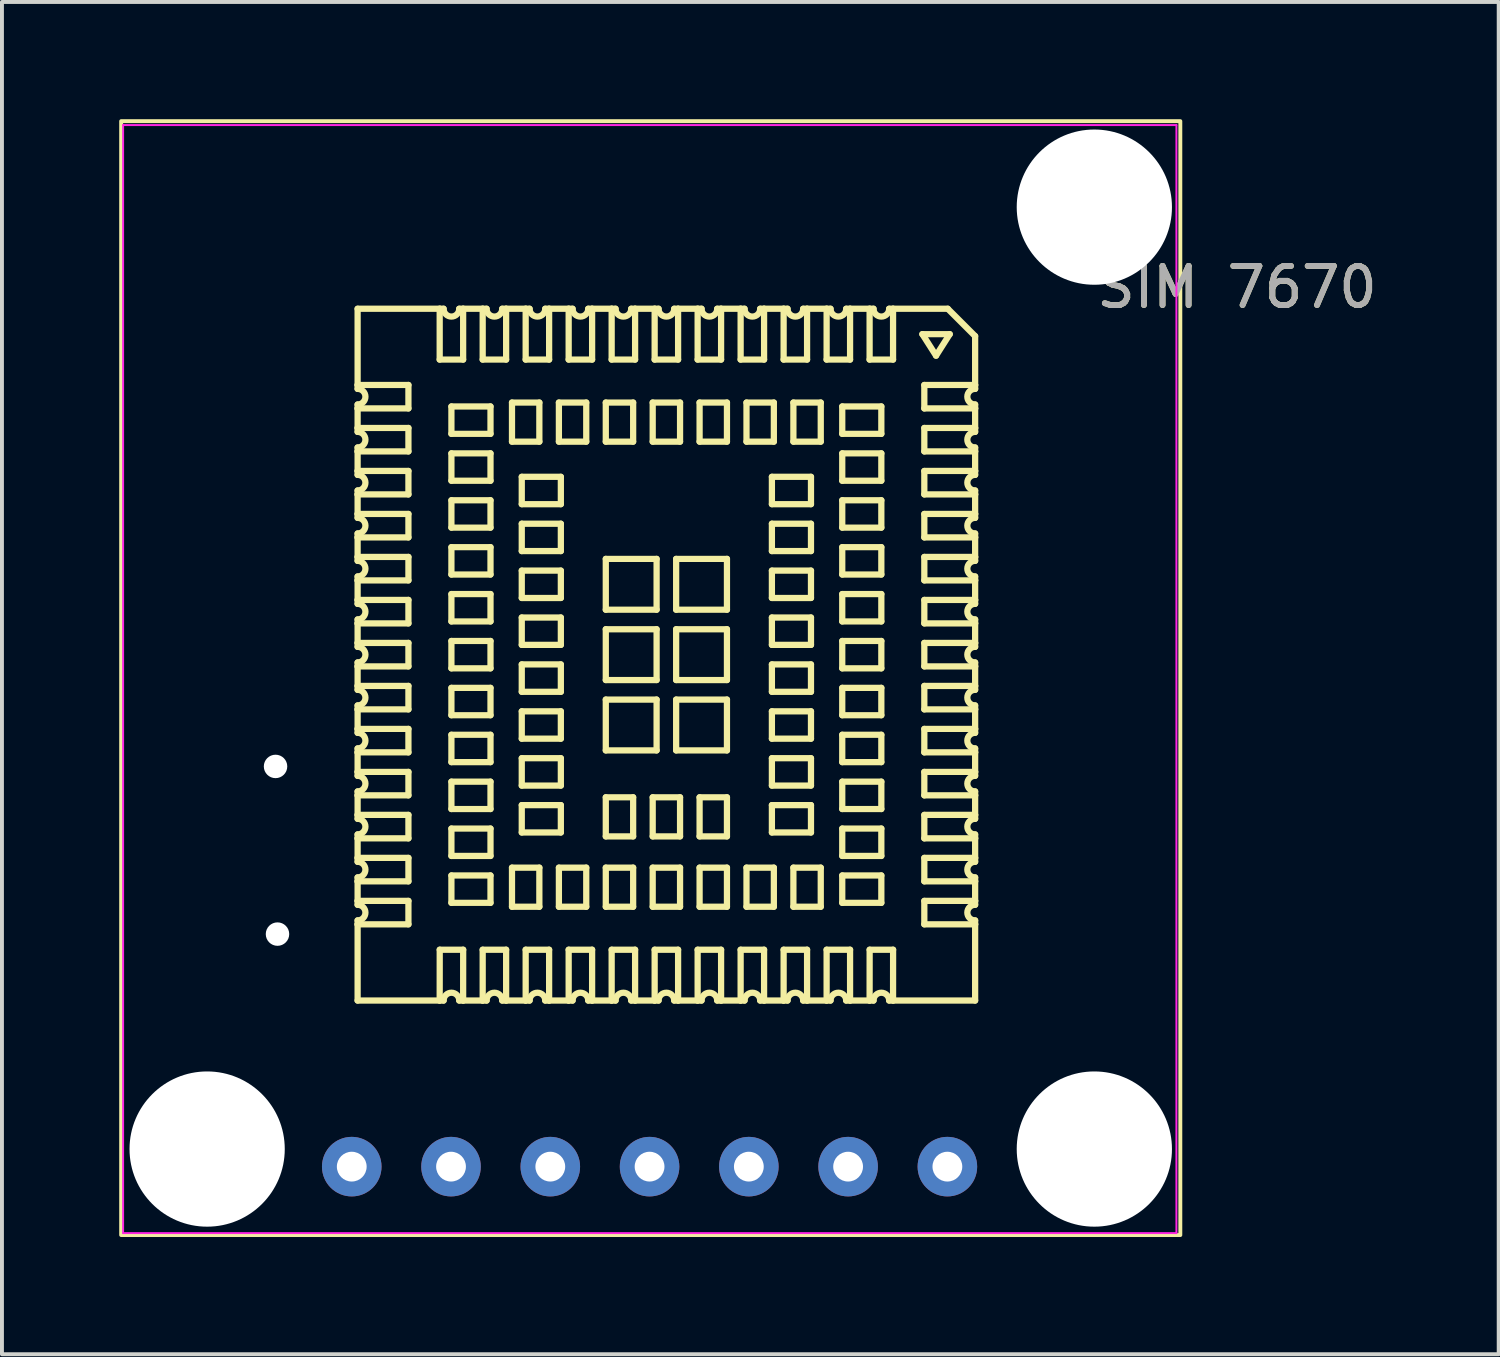
<source format=kicad_pcb>
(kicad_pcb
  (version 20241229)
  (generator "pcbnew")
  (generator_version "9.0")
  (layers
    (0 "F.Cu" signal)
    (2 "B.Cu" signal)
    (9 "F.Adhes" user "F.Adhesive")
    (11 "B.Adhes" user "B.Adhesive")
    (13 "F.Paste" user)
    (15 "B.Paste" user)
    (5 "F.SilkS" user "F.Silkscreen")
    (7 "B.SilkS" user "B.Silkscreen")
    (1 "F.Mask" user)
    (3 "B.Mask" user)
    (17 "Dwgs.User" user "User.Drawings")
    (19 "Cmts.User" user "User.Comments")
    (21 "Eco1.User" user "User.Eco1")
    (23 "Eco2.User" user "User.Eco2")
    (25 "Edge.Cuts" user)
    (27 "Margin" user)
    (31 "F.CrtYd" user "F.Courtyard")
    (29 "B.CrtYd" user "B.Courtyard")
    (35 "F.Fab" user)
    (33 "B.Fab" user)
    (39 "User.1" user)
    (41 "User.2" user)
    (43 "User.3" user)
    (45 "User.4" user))
  (footprint "SIM 7670"
    (layer "F.Cu")
    (at 2.15 26.45)
    (property "Reference" "SIM 7670" (at 26.45 -22.15 0) (layer "F.SilkS") (effects (font (size 1 1) (thickness 0.15))))
    (attr smd)
    (fp_line (start 3.95 -21.6) (end 6.05 -21.6) (stroke (width 0.16) (type solid)) (layer "F.SilkS"))
    (fp_line (start 3.95 -19.65) (end 3.95 -21.6) (stroke (width 0.16) (type solid)) (layer "F.SilkS"))
    (fp_line (start 3.95 -19.65) (end 5.25 -19.65) (stroke (width 0.16) (type solid)) (layer "F.SilkS"))
    (fp_line (start 3.95 -19.55) (end 3.95 -19.65) (stroke (width 0.16) (type solid)) (layer "F.SilkS"))
    (fp_line (start 3.95 -19.05) (end 3.95 -19.15) (stroke (width 0.16) (type solid)) (layer "F.SilkS"))
    (fp_line (start 3.95 -19.05) (end 5.25 -19.05) (stroke (width 0.16) (type solid)) (layer "F.SilkS"))
    (fp_line (start 3.95 -18.55) (end 3.95 -19.05) (stroke (width 0.16) (type solid)) (layer "F.SilkS"))
    (fp_line (start 3.95 -18.55) (end 5.25 -18.55) (stroke (width 0.16) (type solid)) (layer "F.SilkS"))
    (fp_line (start 3.95 -18.45) (end 3.95 -18.55) (stroke (width 0.16) (type solid)) (layer "F.SilkS"))
    (fp_line (start 3.95 -17.95) (end 3.95 -18.05) (stroke (width 0.16) (type solid)) (layer "F.SilkS"))
    (fp_line (start 3.95 -17.95) (end 5.25 -17.95) (stroke (width 0.16) (type solid)) (layer "F.SilkS"))
    (fp_line (start 3.95 -17.45) (end 3.95 -17.95) (stroke (width 0.16) (type solid)) (layer "F.SilkS"))
    (fp_line (start 3.95 -17.45) (end 5.25 -17.45) (stroke (width 0.16) (type solid)) (layer "F.SilkS"))
    (fp_line (start 3.95 -17.35) (end 3.95 -17.45) (stroke (width 0.16) (type solid)) (layer "F.SilkS"))
    (fp_line (start 3.95 -16.85) (end 3.95 -16.95) (stroke (width 0.16) (type solid)) (layer "F.SilkS"))
    (fp_line (start 3.95 -16.85) (end 5.25 -16.85) (stroke (width 0.16) (type solid)) (layer "F.SilkS"))
    (fp_line (start 3.95 -16.35) (end 3.95 -16.85) (stroke (width 0.16) (type solid)) (layer "F.SilkS"))
    (fp_line (start 3.95 -16.35) (end 5.25 -16.35) (stroke (width 0.16) (type solid)) (layer "F.SilkS"))
    (fp_line (start 3.95 -16.25) (end 3.95 -16.35) (stroke (width 0.16) (type solid)) (layer "F.SilkS"))
    (fp_line (start 3.95 -15.75) (end 3.95 -15.85) (stroke (width 0.16) (type solid)) (layer "F.SilkS"))
    (fp_line (start 3.95 -15.75) (end 5.25 -15.75) (stroke (width 0.16) (type solid)) (layer "F.SilkS"))
    (fp_line (start 3.95 -15.25) (end 3.95 -15.75) (stroke (width 0.16) (type solid)) (layer "F.SilkS"))
    (fp_line (start 3.95 -15.25) (end 5.25 -15.25) (stroke (width 0.16) (type solid)) (layer "F.SilkS"))
    (fp_line (start 3.95 -15.15) (end 3.95 -15.25) (stroke (width 0.16) (type solid)) (layer "F.SilkS"))
    (fp_line (start 3.95 -14.65) (end 3.95 -14.75) (stroke (width 0.16) (type solid)) (layer "F.SilkS"))
    (fp_line (start 3.95 -14.65) (end 5.25 -14.65) (stroke (width 0.16) (type solid)) (layer "F.SilkS"))
    (fp_line (start 3.95 -14.15) (end 3.95 -14.65) (stroke (width 0.16) (type solid)) (layer "F.SilkS"))
    (fp_line (start 3.95 -14.15) (end 5.25 -14.15) (stroke (width 0.16) (type solid)) (layer "F.SilkS"))
    (fp_line (start 3.95 -14.05) (end 3.95 -14.15) (stroke (width 0.16) (type solid)) (layer "F.SilkS"))
    (fp_line (start 3.95 -13.55) (end 3.95 -13.65) (stroke (width 0.16) (type solid)) (layer "F.SilkS"))
    (fp_line (start 3.95 -13.55) (end 5.25 -13.55) (stroke (width 0.16) (type solid)) (layer "F.SilkS"))
    (fp_line (start 3.95 -13.05) (end 3.95 -13.55) (stroke (width 0.16) (type solid)) (layer "F.SilkS"))
    (fp_line (start 3.95 -13.05) (end 5.25 -13.05) (stroke (width 0.16) (type solid)) (layer "F.SilkS"))
    (fp_line (start 3.95 -12.95) (end 3.95 -13.05) (stroke (width 0.16) (type solid)) (layer "F.SilkS"))
    (fp_line (start 3.95 -12.45) (end 3.95 -12.55) (stroke (width 0.16) (type solid)) (layer "F.SilkS"))
    (fp_line (start 3.95 -12.45) (end 5.25 -12.45) (stroke (width 0.16) (type solid)) (layer "F.SilkS"))
    (fp_line (start 3.95 -11.95) (end 3.95 -12.45) (stroke (width 0.16) (type solid)) (layer "F.SilkS"))
    (fp_line (start 3.95 -11.95) (end 5.25 -11.95) (stroke (width 0.16) (type solid)) (layer "F.SilkS"))
    (fp_line (start 3.95 -11.85) (end 3.95 -11.95) (stroke (width 0.16) (type solid)) (layer "F.SilkS"))
    (fp_line (start 3.95 -11.35) (end 3.95 -11.45) (stroke (width 0.16) (type solid)) (layer "F.SilkS"))
    (fp_line (start 3.95 -11.35) (end 5.25 -11.35) (stroke (width 0.16) (type solid)) (layer "F.SilkS"))
    (fp_line (start 3.95 -10.85) (end 3.95 -11.35) (stroke (width 0.16) (type solid)) (layer "F.SilkS"))
    (fp_line (start 3.95 -10.85) (end 5.25 -10.85) (stroke (width 0.16) (type solid)) (layer "F.SilkS"))
    (fp_line (start 3.95 -10.75) (end 3.95 -10.85) (stroke (width 0.16) (type solid)) (layer "F.SilkS"))
    (fp_line (start 3.95 -10.25) (end 3.95 -10.35) (stroke (width 0.16) (type solid)) (layer "F.SilkS"))
    (fp_line (start 3.95 -10.25) (end 5.25 -10.25) (stroke (width 0.16) (type solid)) (layer "F.SilkS"))
    (fp_line (start 3.95 -9.75) (end 3.95 -10.25) (stroke (width 0.16) (type solid)) (layer "F.SilkS"))
    (fp_line (start 3.95 -9.75) (end 5.25 -9.75) (stroke (width 0.16) (type solid)) (layer "F.SilkS"))
    (fp_line (start 3.95 -9.65) (end 3.95 -9.75) (stroke (width 0.16) (type solid)) (layer "F.SilkS"))
    (fp_line (start 3.95 -9.15) (end 3.95 -9.25) (stroke (width 0.16) (type solid)) (layer "F.SilkS"))
    (fp_line (start 3.95 -9.15) (end 5.25 -9.15) (stroke (width 0.16) (type solid)) (layer "F.SilkS"))
    (fp_line (start 3.95 -8.65) (end 3.95 -9.15) (stroke (width 0.16) (type solid)) (layer "F.SilkS"))
    (fp_line (start 3.95 -8.65) (end 5.25 -8.65) (stroke (width 0.16) (type solid)) (layer "F.SilkS"))
    (fp_line (start 3.95 -8.55) (end 3.95 -8.65) (stroke (width 0.16) (type solid)) (layer "F.SilkS"))
    (fp_line (start 3.95 -8.05) (end 3.95 -8.15) (stroke (width 0.16) (type solid)) (layer "F.SilkS"))
    (fp_line (start 3.95 -8.05) (end 5.25 -8.05) (stroke (width 0.16) (type solid)) (layer "F.SilkS"))
    (fp_line (start 3.95 -7.55) (end 3.95 -8.05) (stroke (width 0.16) (type solid)) (layer "F.SilkS"))
    (fp_line (start 3.95 -7.55) (end 5.25 -7.55) (stroke (width 0.16) (type solid)) (layer "F.SilkS"))
    (fp_line (start 3.95 -7.45) (end 3.95 -7.55) (stroke (width 0.16) (type solid)) (layer "F.SilkS"))
    (fp_line (start 3.95 -6.95) (end 3.95 -7.05) (stroke (width 0.16) (type solid)) (layer "F.SilkS"))
    (fp_line (start 3.95 -6.95) (end 5.25 -6.95) (stroke (width 0.16) (type solid)) (layer "F.SilkS"))
    (fp_line (start 3.95 -6.45) (end 3.95 -6.95) (stroke (width 0.16) (type solid)) (layer "F.SilkS"))
    (fp_line (start 3.95 -6.45) (end 5.25 -6.45) (stroke (width 0.16) (type solid)) (layer "F.SilkS"))
    (fp_line (start 3.95 -6.35) (end 3.95 -6.45) (stroke (width 0.16) (type solid)) (layer "F.SilkS"))
    (fp_line (start 3.95 -5.85) (end 3.95 -5.95) (stroke (width 0.16) (type solid)) (layer "F.SilkS"))
    (fp_line (start 3.95 -5.85) (end 5.25 -5.85) (stroke (width 0.16) (type solid)) (layer "F.SilkS"))
    (fp_line (start 3.95 -3.9) (end 3.95 -5.85) (stroke (width 0.16) (type solid)) (layer "F.SilkS"))
    (fp_line (start 5.25 -19.05) (end 5.25 -19.65) (stroke (width 0.16) (type solid)) (layer "F.SilkS"))
    (fp_line (start 5.25 -17.95) (end 5.25 -18.55) (stroke (width 0.16) (type solid)) (layer "F.SilkS"))
    (fp_line (start 5.25 -16.85) (end 5.25 -17.45) (stroke (width 0.16) (type solid)) (layer "F.SilkS"))
    (fp_line (start 5.25 -15.75) (end 5.25 -16.35) (stroke (width 0.16) (type solid)) (layer "F.SilkS"))
    (fp_line (start 5.25 -14.65) (end 5.25 -15.25) (stroke (width 0.16) (type solid)) (layer "F.SilkS"))
    (fp_line (start 5.25 -13.55) (end 5.25 -14.15) (stroke (width 0.16) (type solid)) (layer "F.SilkS"))
    (fp_line (start 5.25 -12.45) (end 5.25 -13.05) (stroke (width 0.16) (type solid)) (layer "F.SilkS"))
    (fp_line (start 5.25 -11.35) (end 5.25 -11.95) (stroke (width 0.16) (type solid)) (layer "F.SilkS"))
    (fp_line (start 5.25 -10.25) (end 5.25 -10.85) (stroke (width 0.16) (type solid)) (layer "F.SilkS"))
    (fp_line (start 5.25 -9.15) (end 5.25 -9.75) (stroke (width 0.16) (type solid)) (layer "F.SilkS"))
    (fp_line (start 5.25 -8.05) (end 5.25 -8.65) (stroke (width 0.16) (type solid)) (layer "F.SilkS"))
    (fp_line (start 5.25 -6.95) (end 5.25 -7.55) (stroke (width 0.16) (type solid)) (layer "F.SilkS"))
    (fp_line (start 5.25 -5.85) (end 5.25 -6.45) (stroke (width 0.16) (type solid)) (layer "F.SilkS"))
    (fp_line (start 6.05 -3.9) (end 3.95 -3.9) (stroke (width 0.16) (type solid)) (layer "F.SilkS"))
    (fp_line (start 6.05 -3.9) (end 6.051 -5.2) (stroke (width 0.16) (type solid)) (layer "F.SilkS"))
    (fp_line (start 6.05 -21.6) (end 6.15 -21.6) (stroke (width 0.16) (type solid)) (layer "F.SilkS"))
    (fp_line (start 6.05 -20.3) (end 6.05 -21.6) (stroke (width 0.16) (type solid)) (layer "F.SilkS"))
    (fp_line (start 6.05 -20.3) (end 6.65 -20.3) (stroke (width 0.16) (type solid)) (layer "F.SilkS"))
    (fp_line (start 6.15 -3.9) (end 6.05 -3.9) (stroke (width 0.16) (type solid)) (layer "F.SilkS"))
    (fp_line (start 6.35 -19.1) (end 6.35 -18.4) (stroke (width 0.16) (type solid)) (layer "F.SilkS"))
    (fp_line (start 6.35 -18.4) (end 7.35 -18.4) (stroke (width 0.16) (type solid)) (layer "F.SilkS"))
    (fp_line (start 6.35 -17.9) (end 6.35 -17.2) (stroke (width 0.16) (type solid)) (layer "F.SilkS"))
    (fp_line (start 6.35 -17.2) (end 7.35 -17.2) (stroke (width 0.16) (type solid)) (layer "F.SilkS"))
    (fp_line (start 6.35 -16.7) (end 6.35 -16) (stroke (width 0.16) (type solid)) (layer "F.SilkS"))
    (fp_line (start 6.35 -16) (end 7.35 -16) (stroke (width 0.16) (type solid)) (layer "F.SilkS"))
    (fp_line (start 6.35 -15.5) (end 6.35 -14.8) (stroke (width 0.16) (type solid)) (layer "F.SilkS"))
    (fp_line (start 6.35 -14.8) (end 7.35 -14.8) (stroke (width 0.16) (type solid)) (layer "F.SilkS"))
    (fp_line (start 6.35 -14.3) (end 6.35 -13.6) (stroke (width 0.16) (type solid)) (layer "F.SilkS"))
    (fp_line (start 6.35 -13.6) (end 7.35 -13.6) (stroke (width 0.16) (type solid)) (layer "F.SilkS"))
    (fp_line (start 6.35 -13.1) (end 6.35 -12.4) (stroke (width 0.16) (type solid)) (layer "F.SilkS"))
    (fp_line (start 6.35 -12.4) (end 7.35 -12.4) (stroke (width 0.16) (type solid)) (layer "F.SilkS"))
    (fp_line (start 6.35 -11.9) (end 6.35 -11.2) (stroke (width 0.16) (type solid)) (layer "F.SilkS"))
    (fp_line (start 6.35 -11.2) (end 7.35 -11.2) (stroke (width 0.16) (type solid)) (layer "F.SilkS"))
    (fp_line (start 6.35 -10.7) (end 6.35 -10) (stroke (width 0.16) (type solid)) (layer "F.SilkS"))
    (fp_line (start 6.35 -10) (end 7.35 -10) (stroke (width 0.16) (type solid)) (layer "F.SilkS"))
    (fp_line (start 6.35 -9.5) (end 6.35 -8.8) (stroke (width 0.16) (type solid)) (layer "F.SilkS"))
    (fp_line (start 6.35 -8.8) (end 7.35 -8.8) (stroke (width 0.16) (type solid)) (layer "F.SilkS"))
    (fp_line (start 6.35 -8.3) (end 6.35 -7.6) (stroke (width 0.16) (type solid)) (layer "F.SilkS"))
    (fp_line (start 6.35 -7.6) (end 7.35 -7.6) (stroke (width 0.16) (type solid)) (layer "F.SilkS"))
    (fp_line (start 6.35 -7.1) (end 6.35 -6.4) (stroke (width 0.16) (type solid)) (layer "F.SilkS"))
    (fp_line (start 6.35 -6.4) (end 7.35 -6.4) (stroke (width 0.16) (type solid)) (layer "F.SilkS"))
    (fp_line (start 6.55 -21.6) (end 6.65 -21.6) (stroke (width 0.16) (type solid)) (layer "F.SilkS"))
    (fp_line (start 6.65 -21.6) (end 6.65 -20.3) (stroke (width 0.16) (type solid)) (layer "F.SilkS"))
    (fp_line (start 6.65 -21.6) (end 7.15 -21.6) (stroke (width 0.16) (type solid)) (layer "F.SilkS"))
    (fp_line (start 6.65 -3.9) (end 6.55 -3.9) (stroke (width 0.16) (type solid)) (layer "F.SilkS"))
    (fp_line (start 6.651 -5.2) (end 6.051 -5.2) (stroke (width 0.16) (type solid)) (layer "F.SilkS"))
    (fp_line (start 6.651 -5.2) (end 6.65 -3.9) (stroke (width 0.16) (type solid)) (layer "F.SilkS"))
    (fp_line (start 7.15 -21.6) (end 7.15 -20.3) (stroke (width 0.16) (type solid)) (layer "F.SilkS"))
    (fp_line (start 7.15 -21.6) (end 7.25 -21.6) (stroke (width 0.16) (type solid)) (layer "F.SilkS"))
    (fp_line (start 7.15 -20.3) (end 7.75 -20.3) (stroke (width 0.16) (type solid)) (layer "F.SilkS"))
    (fp_line (start 7.15 -3.9) (end 6.65 -3.9) (stroke (width 0.16) (type solid)) (layer "F.SilkS"))
    (fp_line (start 7.15 -3.9) (end 7.15 -5.2) (stroke (width 0.16) (type solid)) (layer "F.SilkS"))
    (fp_line (start 7.25 -3.9) (end 7.15 -3.9) (stroke (width 0.16) (type solid)) (layer "F.SilkS"))
    (fp_line (start 7.35 -19.1) (end 6.35 -19.1) (stroke (width 0.16) (type solid)) (layer "F.SilkS"))
    (fp_line (start 7.35 -18.4) (end 7.35 -19.1) (stroke (width 0.16) (type solid)) (layer "F.SilkS"))
    (fp_line (start 7.35 -17.9) (end 6.35 -17.9) (stroke (width 0.16) (type solid)) (layer "F.SilkS"))
    (fp_line (start 7.35 -17.2) (end 7.35 -17.9) (stroke (width 0.16) (type solid)) (layer "F.SilkS"))
    (fp_line (start 7.35 -16.7) (end 6.35 -16.7) (stroke (width 0.16) (type solid)) (layer "F.SilkS"))
    (fp_line (start 7.35 -16) (end 7.35 -16.7) (stroke (width 0.16) (type solid)) (layer "F.SilkS"))
    (fp_line (start 7.35 -15.5) (end 6.35 -15.5) (stroke (width 0.16) (type solid)) (layer "F.SilkS"))
    (fp_line (start 7.35 -14.8) (end 7.35 -15.5) (stroke (width 0.16) (type solid)) (layer "F.SilkS"))
    (fp_line (start 7.35 -14.3) (end 6.35 -14.3) (stroke (width 0.16) (type solid)) (layer "F.SilkS"))
    (fp_line (start 7.35 -13.6) (end 7.35 -14.3) (stroke (width 0.16) (type solid)) (layer "F.SilkS"))
    (fp_line (start 7.35 -13.1) (end 6.35 -13.1) (stroke (width 0.16) (type solid)) (layer "F.SilkS"))
    (fp_line (start 7.35 -12.4) (end 7.35 -13.1) (stroke (width 0.16) (type solid)) (layer "F.SilkS"))
    (fp_line (start 7.35 -11.9) (end 6.35 -11.9) (stroke (width 0.16) (type solid)) (layer "F.SilkS"))
    (fp_line (start 7.35 -11.2) (end 7.35 -11.9) (stroke (width 0.16) (type solid)) (layer "F.SilkS"))
    (fp_line (start 7.35 -10.7) (end 6.35 -10.7) (stroke (width 0.16) (type solid)) (layer "F.SilkS"))
    (fp_line (start 7.35 -10) (end 7.35 -10.7) (stroke (width 0.16) (type solid)) (layer "F.SilkS"))
    (fp_line (start 7.35 -9.5) (end 6.35 -9.5) (stroke (width 0.16) (type solid)) (layer "F.SilkS"))
    (fp_line (start 7.35 -8.8) (end 7.35 -9.5) (stroke (width 0.16) (type solid)) (layer "F.SilkS"))
    (fp_line (start 7.35 -8.3) (end 6.35 -8.3) (stroke (width 0.16) (type solid)) (layer "F.SilkS"))
    (fp_line (start 7.35 -7.6) (end 7.35 -8.3) (stroke (width 0.16) (type solid)) (layer "F.SilkS"))
    (fp_line (start 7.35 -7.1) (end 6.35 -7.1) (stroke (width 0.16) (type solid)) (layer "F.SilkS"))
    (fp_line (start 7.35 -6.4) (end 7.35 -7.1) (stroke (width 0.16) (type solid)) (layer "F.SilkS"))
    (fp_line (start 7.65 -21.6) (end 7.75 -21.6) (stroke (width 0.16) (type solid)) (layer "F.SilkS"))
    (fp_line (start 7.75 -21.6) (end 7.75 -20.3) (stroke (width 0.16) (type solid)) (layer "F.SilkS"))
    (fp_line (start 7.75 -21.6) (end 8.25 -21.6) (stroke (width 0.16) (type solid)) (layer "F.SilkS"))
    (fp_line (start 7.75 -5.2) (end 7.15 -5.2) (stroke (width 0.16) (type solid)) (layer "F.SilkS"))
    (fp_line (start 7.75 -3.9) (end 7.65 -3.9) (stroke (width 0.16) (type solid)) (layer "F.SilkS"))
    (fp_line (start 7.75 -3.9) (end 7.75 -5.2) (stroke (width 0.16) (type solid)) (layer "F.SilkS"))
    (fp_line (start 7.9 -19.2) (end 7.9 -18.2) (stroke (width 0.16) (type solid)) (layer "F.SilkS"))
    (fp_line (start 7.9 -18.2) (end 8.6 -18.2) (stroke (width 0.16) (type solid)) (layer "F.SilkS"))
    (fp_line (start 7.9 -7.3) (end 7.9 -6.3) (stroke (width 0.16) (type solid)) (layer "F.SilkS"))
    (fp_line (start 7.9 -6.3) (end 8.6 -6.3) (stroke (width 0.16) (type solid)) (layer "F.SilkS"))
    (fp_line (start 8.15 -17.3) (end 8.15 -16.6) (stroke (width 0.16) (type solid)) (layer "F.SilkS"))
    (fp_line (start 8.15 -16.6) (end 9.15 -16.6) (stroke (width 0.16) (type solid)) (layer "F.SilkS"))
    (fp_line (start 8.15 -16.1) (end 8.15 -15.4) (stroke (width 0.16) (type solid)) (layer "F.SilkS"))
    (fp_line (start 8.15 -15.4) (end 9.15 -15.4) (stroke (width 0.16) (type solid)) (layer "F.SilkS"))
    (fp_line (start 8.15 -14.9) (end 8.15 -14.2) (stroke (width 0.16) (type solid)) (layer "F.SilkS"))
    (fp_line (start 8.15 -14.2) (end 9.15 -14.2) (stroke (width 0.16) (type solid)) (layer "F.SilkS"))
    (fp_line (start 8.15 -13.7) (end 8.15 -13) (stroke (width 0.16) (type solid)) (layer "F.SilkS"))
    (fp_line (start 8.15 -13) (end 9.15 -13) (stroke (width 0.16) (type solid)) (layer "F.SilkS"))
    (fp_line (start 8.15 -12.5) (end 8.15 -11.8) (stroke (width 0.16) (type solid)) (layer "F.SilkS"))
    (fp_line (start 8.15 -11.8) (end 9.15 -11.8) (stroke (width 0.16) (type solid)) (layer "F.SilkS"))
    (fp_line (start 8.15 -11.3) (end 8.15 -10.6) (stroke (width 0.16) (type solid)) (layer "F.SilkS"))
    (fp_line (start 8.15 -10.6) (end 9.15 -10.6) (stroke (width 0.16) (type solid)) (layer "F.SilkS"))
    (fp_line (start 8.15 -10.1) (end 8.15 -9.4) (stroke (width 0.16) (type solid)) (layer "F.SilkS"))
    (fp_line (start 8.15 -9.4) (end 9.15 -9.4) (stroke (width 0.16) (type solid)) (layer "F.SilkS"))
    (fp_line (start 8.15 -8.9) (end 8.15 -8.2) (stroke (width 0.16) (type solid)) (layer "F.SilkS"))
    (fp_line (start 8.15 -8.2) (end 9.15 -8.2) (stroke (width 0.16) (type solid)) (layer "F.SilkS"))
    (fp_line (start 8.25 -21.6) (end 8.25 -20.3) (stroke (width 0.16) (type solid)) (layer "F.SilkS"))
    (fp_line (start 8.25 -21.6) (end 8.35 -21.6) (stroke (width 0.16) (type solid)) (layer "F.SilkS"))
    (fp_line (start 8.25 -20.3) (end 8.85 -20.3) (stroke (width 0.16) (type solid)) (layer "F.SilkS"))
    (fp_line (start 8.25 -3.9) (end 7.75 -3.9) (stroke (width 0.16) (type solid)) (layer "F.SilkS"))
    (fp_line (start 8.25 -3.9) (end 8.25 -5.2) (stroke (width 0.16) (type solid)) (layer "F.SilkS"))
    (fp_line (start 8.35 -3.9) (end 8.25 -3.9) (stroke (width 0.16) (type solid)) (layer "F.SilkS"))
    (fp_line (start 8.6 -19.2) (end 7.9 -19.2) (stroke (width 0.16) (type solid)) (layer "F.SilkS"))
    (fp_line (start 8.6 -18.2) (end 8.6 -19.2) (stroke (width 0.16) (type solid)) (layer "F.SilkS"))
    (fp_line (start 8.6 -7.3) (end 7.9 -7.3) (stroke (width 0.16) (type solid)) (layer "F.SilkS"))
    (fp_line (start 8.6 -6.3) (end 8.6 -7.3) (stroke (width 0.16) (type solid)) (layer "F.SilkS"))
    (fp_line (start 8.75 -21.6) (end 8.85 -21.6) (stroke (width 0.16) (type solid)) (layer "F.SilkS"))
    (fp_line (start 8.85 -21.6) (end 8.85 -20.3) (stroke (width 0.16) (type solid)) (layer "F.SilkS"))
    (fp_line (start 8.85 -21.6) (end 9.35 -21.6) (stroke (width 0.16) (type solid)) (layer "F.SilkS"))
    (fp_line (start 8.85 -5.2) (end 8.25 -5.2) (stroke (width 0.16) (type solid)) (layer "F.SilkS"))
    (fp_line (start 8.85 -3.9) (end 8.75 -3.9) (stroke (width 0.16) (type solid)) (layer "F.SilkS"))
    (fp_line (start 8.85 -3.9) (end 8.85 -5.2) (stroke (width 0.16) (type solid)) (layer "F.SilkS"))
    (fp_line (start 9.1 -19.2) (end 9.1 -18.2) (stroke (width 0.16) (type solid)) (layer "F.SilkS"))
    (fp_line (start 9.1 -18.2) (end 9.8 -18.2) (stroke (width 0.16) (type solid)) (layer "F.SilkS"))
    (fp_line (start 9.1 -7.3) (end 9.1 -6.3) (stroke (width 0.16) (type solid)) (layer "F.SilkS"))
    (fp_line (start 9.1 -6.3) (end 9.8 -6.3) (stroke (width 0.16) (type solid)) (layer "F.SilkS"))
    (fp_line (start 9.15 -17.3) (end 8.15 -17.3) (stroke (width 0.16) (type solid)) (layer "F.SilkS"))
    (fp_line (start 9.15 -16.6) (end 9.15 -17.3) (stroke (width 0.16) (type solid)) (layer "F.SilkS"))
    (fp_line (start 9.15 -16.1) (end 8.15 -16.1) (stroke (width 0.16) (type solid)) (layer "F.SilkS"))
    (fp_line (start 9.15 -15.4) (end 9.15 -16.1) (stroke (width 0.16) (type solid)) (layer "F.SilkS"))
    (fp_line (start 9.15 -14.9) (end 8.15 -14.9) (stroke (width 0.16) (type solid)) (layer "F.SilkS"))
    (fp_line (start 9.15 -14.2) (end 9.15 -14.9) (stroke (width 0.16) (type solid)) (layer "F.SilkS"))
    (fp_line (start 9.15 -13.7) (end 8.15 -13.7) (stroke (width 0.16) (type solid)) (layer "F.SilkS"))
    (fp_line (start 9.15 -13) (end 9.15 -13.7) (stroke (width 0.16) (type solid)) (layer "F.SilkS"))
    (fp_line (start 9.15 -12.5) (end 8.15 -12.5) (stroke (width 0.16) (type solid)) (layer "F.SilkS"))
    (fp_line (start 9.15 -11.8) (end 9.15 -12.5) (stroke (width 0.16) (type solid)) (layer "F.SilkS"))
    (fp_line (start 9.15 -11.3) (end 8.15 -11.3) (stroke (width 0.16) (type solid)) (layer "F.SilkS"))
    (fp_line (start 9.15 -10.6) (end 9.15 -11.3) (stroke (width 0.16) (type solid)) (layer "F.SilkS"))
    (fp_line (start 9.15 -10.1) (end 8.15 -10.1) (stroke (width 0.16) (type solid)) (layer "F.SilkS"))
    (fp_line (start 9.15 -9.4) (end 9.15 -10.1) (stroke (width 0.16) (type solid)) (layer "F.SilkS"))
    (fp_line (start 9.15 -8.9) (end 8.15 -8.9) (stroke (width 0.16) (type solid)) (layer "F.SilkS"))
    (fp_line (start 9.15 -8.2) (end 9.15 -8.9) (stroke (width 0.16) (type solid)) (layer "F.SilkS"))
    (fp_line (start 9.35 -21.6) (end 9.35 -20.3) (stroke (width 0.16) (type solid)) (layer "F.SilkS"))
    (fp_line (start 9.35 -21.6) (end 9.45 -21.6) (stroke (width 0.16) (type solid)) (layer "F.SilkS"))
    (fp_line (start 9.35 -20.3) (end 9.95 -20.3) (stroke (width 0.16) (type solid)) (layer "F.SilkS"))
    (fp_line (start 9.35 -3.9) (end 8.85 -3.9) (stroke (width 0.16) (type solid)) (layer "F.SilkS"))
    (fp_line (start 9.35 -3.9) (end 9.35 -5.2) (stroke (width 0.16) (type solid)) (layer "F.SilkS"))
    (fp_line (start 9.45 -3.9) (end 9.35 -3.9) (stroke (width 0.16) (type solid)) (layer "F.SilkS"))
    (fp_line (start 9.8 -19.2) (end 9.1 -19.2) (stroke (width 0.16) (type solid)) (layer "F.SilkS"))
    (fp_line (start 9.8 -18.2) (end 9.8 -19.2) (stroke (width 0.16) (type solid)) (layer "F.SilkS"))
    (fp_line (start 9.8 -7.3) (end 9.1 -7.3) (stroke (width 0.16) (type solid)) (layer "F.SilkS"))
    (fp_line (start 9.8 -6.3) (end 9.8 -7.3) (stroke (width 0.16) (type solid)) (layer "F.SilkS"))
    (fp_line (start 9.85 -21.6) (end 9.95 -21.6) (stroke (width 0.16) (type solid)) (layer "F.SilkS"))
    (fp_line (start 9.95 -21.6) (end 9.95 -20.3) (stroke (width 0.16) (type solid)) (layer "F.SilkS"))
    (fp_line (start 9.95 -21.6) (end 10.45 -21.6) (stroke (width 0.16) (type solid)) (layer "F.SilkS"))
    (fp_line (start 9.95 -5.2) (end 9.35 -5.2) (stroke (width 0.16) (type solid)) (layer "F.SilkS"))
    (fp_line (start 9.95 -3.9) (end 9.85 -3.9) (stroke (width 0.16) (type solid)) (layer "F.SilkS"))
    (fp_line (start 9.95 -3.9) (end 9.95 -5.2) (stroke (width 0.16) (type solid)) (layer "F.SilkS"))
    (fp_line (start 10.3 -19.2) (end 10.3 -18.2) (stroke (width 0.16) (type solid)) (layer "F.SilkS"))
    (fp_line (start 10.3 -18.2) (end 11 -18.2) (stroke (width 0.16) (type solid)) (layer "F.SilkS"))
    (fp_line (start 10.3 -15.2) (end 10.3 -13.9) (stroke (width 0.16) (type solid)) (layer "F.SilkS"))
    (fp_line (start 10.3 -13.9) (end 11.6 -13.9) (stroke (width 0.16) (type solid)) (layer "F.SilkS"))
    (fp_line (start 10.3 -13.4) (end 10.3 -12.1) (stroke (width 0.16) (type solid)) (layer "F.SilkS"))
    (fp_line (start 10.3 -12.1) (end 11.6 -12.1) (stroke (width 0.16) (type solid)) (layer "F.SilkS"))
    (fp_line (start 10.3 -11.6) (end 10.3 -10.3) (stroke (width 0.16) (type solid)) (layer "F.SilkS"))
    (fp_line (start 10.3 -10.3) (end 11.6 -10.3) (stroke (width 0.16) (type solid)) (layer "F.SilkS"))
    (fp_line (start 10.3 -9.1) (end 10.3 -8.1) (stroke (width 0.16) (type solid)) (layer "F.SilkS"))
    (fp_line (start 10.3 -8.1) (end 11 -8.1) (stroke (width 0.16) (type solid)) (layer "F.SilkS"))
    (fp_line (start 10.3 -7.3) (end 10.3 -6.3) (stroke (width 0.16) (type solid)) (layer "F.SilkS"))
    (fp_line (start 10.3 -6.3) (end 11 -6.3) (stroke (width 0.16) (type solid)) (layer "F.SilkS"))
    (fp_line (start 10.45 -21.6) (end 10.45 -20.3) (stroke (width 0.16) (type solid)) (layer "F.SilkS"))
    (fp_line (start 10.45 -21.6) (end 10.55 -21.6) (stroke (width 0.16) (type solid)) (layer "F.SilkS"))
    (fp_line (start 10.45 -20.3) (end 11.05 -20.3) (stroke (width 0.16) (type solid)) (layer "F.SilkS"))
    (fp_line (start 10.45 -3.9) (end 9.95 -3.9) (stroke (width 0.16) (type solid)) (layer "F.SilkS"))
    (fp_line (start 10.45 -3.9) (end 10.45 -5.2) (stroke (width 0.16) (type solid)) (layer "F.SilkS"))
    (fp_line (start 10.55 -3.9) (end 10.45 -3.9) (stroke (width 0.16) (type solid)) (layer "F.SilkS"))
    (fp_line (start 10.95 -21.6) (end 11.05 -21.6) (stroke (width 0.16) (type solid)) (layer "F.SilkS"))
    (fp_line (start 11 -19.2) (end 10.3 -19.2) (stroke (width 0.16) (type solid)) (layer "F.SilkS"))
    (fp_line (start 11 -18.2) (end 11 -19.2) (stroke (width 0.16) (type solid)) (layer "F.SilkS"))
    (fp_line (start 11 -9.1) (end 10.3 -9.1) (stroke (width 0.16) (type solid)) (layer "F.SilkS"))
    (fp_line (start 11 -8.1) (end 11 -9.1) (stroke (width 0.16) (type solid)) (layer "F.SilkS"))
    (fp_line (start 11 -7.3) (end 10.3 -7.3) (stroke (width 0.16) (type solid)) (layer "F.SilkS"))
    (fp_line (start 11 -6.3) (end 11 -7.3) (stroke (width 0.16) (type solid)) (layer "F.SilkS"))
    (fp_line (start 11.05 -21.6) (end 11.05 -20.3) (stroke (width 0.16) (type solid)) (layer "F.SilkS"))
    (fp_line (start 11.05 -21.6) (end 11.55 -21.6) (stroke (width 0.16) (type solid)) (layer "F.SilkS"))
    (fp_line (start 11.05 -5.2) (end 10.45 -5.2) (stroke (width 0.16) (type solid)) (layer "F.SilkS"))
    (fp_line (start 11.05 -3.9) (end 10.95 -3.9) (stroke (width 0.16) (type solid)) (layer "F.SilkS"))
    (fp_line (start 11.05 -3.9) (end 11.05 -5.2) (stroke (width 0.16) (type solid)) (layer "F.SilkS"))
    (fp_line (start 11.5 -19.2) (end 11.5 -18.2) (stroke (width 0.16) (type solid)) (layer "F.SilkS"))
    (fp_line (start 11.5 -18.2) (end 12.2 -18.2) (stroke (width 0.16) (type solid)) (layer "F.SilkS"))
    (fp_line (start 11.5 -9.1) (end 11.5 -8.1) (stroke (width 0.16) (type solid)) (layer "F.SilkS"))
    (fp_line (start 11.5 -8.1) (end 12.2 -8.1) (stroke (width 0.16) (type solid)) (layer "F.SilkS"))
    (fp_line (start 11.5 -7.3) (end 11.5 -6.3) (stroke (width 0.16) (type solid)) (layer "F.SilkS"))
    (fp_line (start 11.5 -6.3) (end 12.2 -6.3) (stroke (width 0.16) (type solid)) (layer "F.SilkS"))
    (fp_line (start 11.55 -21.6) (end 11.55 -20.3) (stroke (width 0.16) (type solid)) (layer "F.SilkS"))
    (fp_line (start 11.55 -21.6) (end 11.65 -21.6) (stroke (width 0.16) (type solid)) (layer "F.SilkS"))
    (fp_line (start 11.55 -20.3) (end 12.15 -20.3) (stroke (width 0.16) (type solid)) (layer "F.SilkS"))
    (fp_line (start 11.55 -3.9) (end 11.05 -3.9) (stroke (width 0.16) (type solid)) (layer "F.SilkS"))
    (fp_line (start 11.55 -3.9) (end 11.55 -5.2) (stroke (width 0.16) (type solid)) (layer "F.SilkS"))
    (fp_line (start 11.6 -15.2) (end 10.3 -15.2) (stroke (width 0.16) (type solid)) (layer "F.SilkS"))
    (fp_line (start 11.6 -13.9) (end 11.6 -15.2) (stroke (width 0.16) (type solid)) (layer "F.SilkS"))
    (fp_line (start 11.6 -13.4) (end 10.3 -13.4) (stroke (width 0.16) (type solid)) (layer "F.SilkS"))
    (fp_line (start 11.6 -12.1) (end 11.6 -13.4) (stroke (width 0.16) (type solid)) (layer "F.SilkS"))
    (fp_line (start 11.6 -11.6) (end 10.3 -11.6) (stroke (width 0.16) (type solid)) (layer "F.SilkS"))
    (fp_line (start 11.6 -10.3) (end 11.6 -11.6) (stroke (width 0.16) (type solid)) (layer "F.SilkS"))
    (fp_line (start 11.65 -3.9) (end 11.55 -3.9) (stroke (width 0.16) (type solid)) (layer "F.SilkS"))
    (fp_line (start 12.05 -21.6) (end 12.15 -21.6) (stroke (width 0.16) (type solid)) (layer "F.SilkS"))
    (fp_line (start 12.1 -15.2) (end 12.1 -13.9) (stroke (width 0.16) (type solid)) (layer "F.SilkS"))
    (fp_line (start 12.1 -13.9) (end 13.4 -13.9) (stroke (width 0.16) (type solid)) (layer "F.SilkS"))
    (fp_line (start 12.1 -13.4) (end 12.1 -12.1) (stroke (width 0.16) (type solid)) (layer "F.SilkS"))
    (fp_line (start 12.1 -12.1) (end 13.4 -12.1) (stroke (width 0.16) (type solid)) (layer "F.SilkS"))
    (fp_line (start 12.1 -11.6) (end 12.1 -10.3) (stroke (width 0.16) (type solid)) (layer "F.SilkS"))
    (fp_line (start 12.1 -10.3) (end 13.4 -10.3) (stroke (width 0.16) (type solid)) (layer "F.SilkS"))
    (fp_line (start 12.15 -21.6) (end 12.15 -20.3) (stroke (width 0.16) (type solid)) (layer "F.SilkS"))
    (fp_line (start 12.15 -21.6) (end 12.65 -21.6) (stroke (width 0.16) (type solid)) (layer "F.SilkS"))
    (fp_line (start 12.15 -5.2) (end 11.55 -5.2) (stroke (width 0.16) (type solid)) (layer "F.SilkS"))
    (fp_line (start 12.15 -3.9) (end 12.05 -3.9) (stroke (width 0.16) (type solid)) (layer "F.SilkS"))
    (fp_line (start 12.15 -3.9) (end 12.15 -5.2) (stroke (width 0.16) (type solid)) (layer "F.SilkS"))
    (fp_line (start 12.2 -19.2) (end 11.5 -19.2) (stroke (width 0.16) (type solid)) (layer "F.SilkS"))
    (fp_line (start 12.2 -18.2) (end 12.2 -19.2) (stroke (width 0.16) (type solid)) (layer "F.SilkS"))
    (fp_line (start 12.2 -9.1) (end 11.5 -9.1) (stroke (width 0.16) (type solid)) (layer "F.SilkS"))
    (fp_line (start 12.2 -8.1) (end 12.2 -9.1) (stroke (width 0.16) (type solid)) (layer "F.SilkS"))
    (fp_line (start 12.2 -7.3) (end 11.5 -7.3) (stroke (width 0.16) (type solid)) (layer "F.SilkS"))
    (fp_line (start 12.2 -6.3) (end 12.2 -7.3) (stroke (width 0.16) (type solid)) (layer "F.SilkS"))
    (fp_line (start 12.65 -21.6) (end 12.65 -20.3) (stroke (width 0.16) (type solid)) (layer "F.SilkS"))
    (fp_line (start 12.65 -21.6) (end 12.75 -21.6) (stroke (width 0.16) (type solid)) (layer "F.SilkS"))
    (fp_line (start 12.65 -20.3) (end 13.25 -20.3) (stroke (width 0.16) (type solid)) (layer "F.SilkS"))
    (fp_line (start 12.65 -3.9) (end 12.15 -3.9) (stroke (width 0.16) (type solid)) (layer "F.SilkS"))
    (fp_line (start 12.65 -3.9) (end 12.65 -5.2) (stroke (width 0.16) (type solid)) (layer "F.SilkS"))
    (fp_line (start 12.7 -19.2) (end 12.7 -18.2) (stroke (width 0.16) (type solid)) (layer "F.SilkS"))
    (fp_line (start 12.7 -18.2) (end 13.4 -18.2) (stroke (width 0.16) (type solid)) (layer "F.SilkS"))
    (fp_line (start 12.7 -9.1) (end 12.7 -8.1) (stroke (width 0.16) (type solid)) (layer "F.SilkS"))
    (fp_line (start 12.7 -8.1) (end 13.4 -8.1) (stroke (width 0.16) (type solid)) (layer "F.SilkS"))
    (fp_line (start 12.7 -7.3) (end 12.7 -6.3) (stroke (width 0.16) (type solid)) (layer "F.SilkS"))
    (fp_line (start 12.7 -6.3) (end 13.4 -6.3) (stroke (width 0.16) (type solid)) (layer "F.SilkS"))
    (fp_line (start 12.75 -3.9) (end 12.65 -3.9) (stroke (width 0.16) (type solid)) (layer "F.SilkS"))
    (fp_line (start 13.15 -21.6) (end 13.25 -21.6) (stroke (width 0.16) (type solid)) (layer "F.SilkS"))
    (fp_line (start 13.25 -21.6) (end 13.25 -20.3) (stroke (width 0.16) (type solid)) (layer "F.SilkS"))
    (fp_line (start 13.25 -21.6) (end 13.75 -21.6) (stroke (width 0.16) (type solid)) (layer "F.SilkS"))
    (fp_line (start 13.25 -5.2) (end 12.65 -5.2) (stroke (width 0.16) (type solid)) (layer "F.SilkS"))
    (fp_line (start 13.25 -3.9) (end 13.15 -3.9) (stroke (width 0.16) (type solid)) (layer "F.SilkS"))
    (fp_line (start 13.25 -3.9) (end 13.25 -5.2) (stroke (width 0.16) (type solid)) (layer "F.SilkS"))
    (fp_line (start 13.4 -19.2) (end 12.7 -19.2) (stroke (width 0.16) (type solid)) (layer "F.SilkS"))
    (fp_line (start 13.4 -18.2) (end 13.4 -19.2) (stroke (width 0.16) (type solid)) (layer "F.SilkS"))
    (fp_line (start 13.4 -15.2) (end 12.1 -15.2) (stroke (width 0.16) (type solid)) (layer "F.SilkS"))
    (fp_line (start 13.4 -13.9) (end 13.4 -15.2) (stroke (width 0.16) (type solid)) (layer "F.SilkS"))
    (fp_line (start 13.4 -13.4) (end 12.1 -13.4) (stroke (width 0.16) (type solid)) (layer "F.SilkS"))
    (fp_line (start 13.4 -12.1) (end 13.4 -13.4) (stroke (width 0.16) (type solid)) (layer "F.SilkS"))
    (fp_line (start 13.4 -11.6) (end 12.1 -11.6) (stroke (width 0.16) (type solid)) (layer "F.SilkS"))
    (fp_line (start 13.4 -10.3) (end 13.4 -11.6) (stroke (width 0.16) (type solid)) (layer "F.SilkS"))
    (fp_line (start 13.4 -9.1) (end 12.7 -9.1) (stroke (width 0.16) (type solid)) (layer "F.SilkS"))
    (fp_line (start 13.4 -8.1) (end 13.4 -9.1) (stroke (width 0.16) (type solid)) (layer "F.SilkS"))
    (fp_line (start 13.4 -7.3) (end 12.7 -7.3) (stroke (width 0.16) (type solid)) (layer "F.SilkS"))
    (fp_line (start 13.4 -6.3) (end 13.4 -7.3) (stroke (width 0.16) (type solid)) (layer "F.SilkS"))
    (fp_line (start 13.75 -21.6) (end 13.75 -20.3) (stroke (width 0.16) (type solid)) (layer "F.SilkS"))
    (fp_line (start 13.75 -21.6) (end 13.85 -21.6) (stroke (width 0.16) (type solid)) (layer "F.SilkS"))
    (fp_line (start 13.75 -20.3) (end 14.35 -20.3) (stroke (width 0.16) (type solid)) (layer "F.SilkS"))
    (fp_line (start 13.75 -3.9) (end 13.25 -3.9) (stroke (width 0.16) (type solid)) (layer "F.SilkS"))
    (fp_line (start 13.75 -3.9) (end 13.75 -5.2) (stroke (width 0.16) (type solid)) (layer "F.SilkS"))
    (fp_line (start 13.85 -3.9) (end 13.75 -3.9) (stroke (width 0.16) (type solid)) (layer "F.SilkS"))
    (fp_line (start 13.9 -19.2) (end 13.9 -18.2) (stroke (width 0.16) (type solid)) (layer "F.SilkS"))
    (fp_line (start 13.9 -18.2) (end 14.6 -18.2) (stroke (width 0.16) (type solid)) (layer "F.SilkS"))
    (fp_line (start 13.9 -7.3) (end 13.9 -6.3) (stroke (width 0.16) (type solid)) (layer "F.SilkS"))
    (fp_line (start 13.9 -6.3) (end 14.6 -6.3) (stroke (width 0.16) (type solid)) (layer "F.SilkS"))
    (fp_line (start 14.25 -21.6) (end 14.35 -21.6) (stroke (width 0.16) (type solid)) (layer "F.SilkS"))
    (fp_line (start 14.35 -21.6) (end 14.35 -20.3) (stroke (width 0.16) (type solid)) (layer "F.SilkS"))
    (fp_line (start 14.35 -21.6) (end 14.85 -21.6) (stroke (width 0.16) (type solid)) (layer "F.SilkS"))
    (fp_line (start 14.35 -5.2) (end 13.75 -5.2) (stroke (width 0.16) (type solid)) (layer "F.SilkS"))
    (fp_line (start 14.35 -3.9) (end 14.25 -3.9) (stroke (width 0.16) (type solid)) (layer "F.SilkS"))
    (fp_line (start 14.35 -3.9) (end 14.35 -5.2) (stroke (width 0.16) (type solid)) (layer "F.SilkS"))
    (fp_line (start 14.55 -17.3) (end 14.55 -16.6) (stroke (width 0.16) (type solid)) (layer "F.SilkS"))
    (fp_line (start 14.55 -16.6) (end 15.55 -16.6) (stroke (width 0.16) (type solid)) (layer "F.SilkS"))
    (fp_line (start 14.55 -16.1) (end 14.55 -15.4) (stroke (width 0.16) (type solid)) (layer "F.SilkS"))
    (fp_line (start 14.55 -15.4) (end 15.55 -15.4) (stroke (width 0.16) (type solid)) (layer "F.SilkS"))
    (fp_line (start 14.55 -14.9) (end 14.55 -14.2) (stroke (width 0.16) (type solid)) (layer "F.SilkS"))
    (fp_line (start 14.55 -14.2) (end 15.55 -14.2) (stroke (width 0.16) (type solid)) (layer "F.SilkS"))
    (fp_line (start 14.55 -13.7) (end 14.55 -13) (stroke (width 0.16) (type solid)) (layer "F.SilkS"))
    (fp_line (start 14.55 -13) (end 15.55 -13) (stroke (width 0.16) (type solid)) (layer "F.SilkS"))
    (fp_line (start 14.55 -12.5) (end 14.55 -11.8) (stroke (width 0.16) (type solid)) (layer "F.SilkS"))
    (fp_line (start 14.55 -11.8) (end 15.55 -11.8) (stroke (width 0.16) (type solid)) (layer "F.SilkS"))
    (fp_line (start 14.55 -11.3) (end 14.55 -10.6) (stroke (width 0.16) (type solid)) (layer "F.SilkS"))
    (fp_line (start 14.55 -10.6) (end 15.55 -10.6) (stroke (width 0.16) (type solid)) (layer "F.SilkS"))
    (fp_line (start 14.55 -10.1) (end 14.55 -9.4) (stroke (width 0.16) (type solid)) (layer "F.SilkS"))
    (fp_line (start 14.55 -9.4) (end 15.55 -9.4) (stroke (width 0.16) (type solid)) (layer "F.SilkS"))
    (fp_line (start 14.55 -8.9) (end 14.55 -8.2) (stroke (width 0.16) (type solid)) (layer "F.SilkS"))
    (fp_line (start 14.55 -8.2) (end 15.55 -8.2) (stroke (width 0.16) (type solid)) (layer "F.SilkS"))
    (fp_line (start 14.6 -19.2) (end 13.9 -19.2) (stroke (width 0.16) (type solid)) (layer "F.SilkS"))
    (fp_line (start 14.6 -18.2) (end 14.6 -19.2) (stroke (width 0.16) (type solid)) (layer "F.SilkS"))
    (fp_line (start 14.6 -7.3) (end 13.9 -7.3) (stroke (width 0.16) (type solid)) (layer "F.SilkS"))
    (fp_line (start 14.6 -6.3) (end 14.6 -7.3) (stroke (width 0.16) (type solid)) (layer "F.SilkS"))
    (fp_line (start 14.85 -21.6) (end 14.85 -20.3) (stroke (width 0.16) (type solid)) (layer "F.SilkS"))
    (fp_line (start 14.85 -21.6) (end 14.95 -21.6) (stroke (width 0.16) (type solid)) (layer "F.SilkS"))
    (fp_line (start 14.85 -20.3) (end 15.45 -20.3) (stroke (width 0.16) (type solid)) (layer "F.SilkS"))
    (fp_line (start 14.85 -3.9) (end 14.35 -3.9) (stroke (width 0.16) (type solid)) (layer "F.SilkS"))
    (fp_line (start 14.85 -3.9) (end 14.85 -5.2) (stroke (width 0.16) (type solid)) (layer "F.SilkS"))
    (fp_line (start 14.95 -3.9) (end 14.85 -3.9) (stroke (width 0.16) (type solid)) (layer "F.SilkS"))
    (fp_line (start 15.1 -19.2) (end 15.1 -18.2) (stroke (width 0.16) (type solid)) (layer "F.SilkS"))
    (fp_line (start 15.1 -18.2) (end 15.8 -18.2) (stroke (width 0.16) (type solid)) (layer "F.SilkS"))
    (fp_line (start 15.1 -7.3) (end 15.1 -6.3) (stroke (width 0.16) (type solid)) (layer "F.SilkS"))
    (fp_line (start 15.1 -6.3) (end 15.8 -6.3) (stroke (width 0.16) (type solid)) (layer "F.SilkS"))
    (fp_line (start 15.35 -21.6) (end 15.45 -21.6) (stroke (width 0.16) (type solid)) (layer "F.SilkS"))
    (fp_line (start 15.45 -21.6) (end 15.45 -20.3) (stroke (width 0.16) (type solid)) (layer "F.SilkS"))
    (fp_line (start 15.45 -21.6) (end 15.95 -21.6) (stroke (width 0.16) (type solid)) (layer "F.SilkS"))
    (fp_line (start 15.45 -5.2) (end 14.85 -5.2) (stroke (width 0.16) (type solid)) (layer "F.SilkS"))
    (fp_line (start 15.45 -3.9) (end 15.35 -3.9) (stroke (width 0.16) (type solid)) (layer "F.SilkS"))
    (fp_line (start 15.45 -3.9) (end 15.45 -5.2) (stroke (width 0.16) (type solid)) (layer "F.SilkS"))
    (fp_line (start 15.55 -17.3) (end 14.55 -17.3) (stroke (width 0.16) (type solid)) (layer "F.SilkS"))
    (fp_line (start 15.55 -16.6) (end 15.55 -17.3) (stroke (width 0.16) (type solid)) (layer "F.SilkS"))
    (fp_line (start 15.55 -16.1) (end 14.55 -16.1) (stroke (width 0.16) (type solid)) (layer "F.SilkS"))
    (fp_line (start 15.55 -15.4) (end 15.55 -16.1) (stroke (width 0.16) (type solid)) (layer "F.SilkS"))
    (fp_line (start 15.55 -14.9) (end 14.55 -14.9) (stroke (width 0.16) (type solid)) (layer "F.SilkS"))
    (fp_line (start 15.55 -14.2) (end 15.55 -14.9) (stroke (width 0.16) (type solid)) (layer "F.SilkS"))
    (fp_line (start 15.55 -13.7) (end 14.55 -13.7) (stroke (width 0.16) (type solid)) (layer "F.SilkS"))
    (fp_line (start 15.55 -13) (end 15.55 -13.7) (stroke (width 0.16) (type solid)) (layer "F.SilkS"))
    (fp_line (start 15.55 -12.5) (end 14.55 -12.5) (stroke (width 0.16) (type solid)) (layer "F.SilkS"))
    (fp_line (start 15.55 -11.8) (end 15.55 -12.5) (stroke (width 0.16) (type solid)) (layer "F.SilkS"))
    (fp_line (start 15.55 -11.3) (end 14.55 -11.3) (stroke (width 0.16) (type solid)) (layer "F.SilkS"))
    (fp_line (start 15.55 -10.6) (end 15.55 -11.3) (stroke (width 0.16) (type solid)) (layer "F.SilkS"))
    (fp_line (start 15.55 -10.1) (end 14.55 -10.1) (stroke (width 0.16) (type solid)) (layer "F.SilkS"))
    (fp_line (start 15.55 -9.4) (end 15.55 -10.1) (stroke (width 0.16) (type solid)) (layer "F.SilkS"))
    (fp_line (start 15.55 -8.9) (end 14.55 -8.9) (stroke (width 0.16) (type solid)) (layer "F.SilkS"))
    (fp_line (start 15.55 -8.2) (end 15.55 -8.9) (stroke (width 0.16) (type solid)) (layer "F.SilkS"))
    (fp_line (start 15.8 -19.2) (end 15.1 -19.2) (stroke (width 0.16) (type solid)) (layer "F.SilkS"))
    (fp_line (start 15.8 -18.2) (end 15.8 -19.2) (stroke (width 0.16) (type solid)) (layer "F.SilkS"))
    (fp_line (start 15.8 -7.3) (end 15.1 -7.3) (stroke (width 0.16) (type solid)) (layer "F.SilkS"))
    (fp_line (start 15.8 -6.3) (end 15.8 -7.3) (stroke (width 0.16) (type solid)) (layer "F.SilkS"))
    (fp_line (start 15.95 -21.6) (end 15.95 -20.3) (stroke (width 0.16) (type solid)) (layer "F.SilkS"))
    (fp_line (start 15.95 -21.6) (end 16.05 -21.6) (stroke (width 0.16) (type solid)) (layer "F.SilkS"))
    (fp_line (start 15.95 -20.3) (end 16.55 -20.3) (stroke (width 0.16) (type solid)) (layer "F.SilkS"))
    (fp_line (start 15.95 -3.9) (end 15.45 -3.9) (stroke (width 0.16) (type solid)) (layer "F.SilkS"))
    (fp_line (start 15.95 -3.9) (end 15.95 -5.2) (stroke (width 0.16) (type solid)) (layer "F.SilkS"))
    (fp_line (start 16.05 -3.9) (end 15.95 -3.9) (stroke (width 0.16) (type solid)) (layer "F.SilkS"))
    (fp_line (start 16.35 -19.1) (end 16.35 -18.4) (stroke (width 0.16) (type solid)) (layer "F.SilkS"))
    (fp_line (start 16.35 -18.4) (end 17.35 -18.4) (stroke (width 0.16) (type solid)) (layer "F.SilkS"))
    (fp_line (start 16.35 -17.9) (end 16.35 -17.2) (stroke (width 0.16) (type solid)) (layer "F.SilkS"))
    (fp_line (start 16.35 -17.2) (end 17.35 -17.2) (stroke (width 0.16) (type solid)) (layer "F.SilkS"))
    (fp_line (start 16.35 -16.7) (end 16.35 -16) (stroke (width 0.16) (type solid)) (layer "F.SilkS"))
    (fp_line (start 16.35 -16) (end 17.35 -16) (stroke (width 0.16) (type solid)) (layer "F.SilkS"))
    (fp_line (start 16.35 -15.5) (end 16.35 -14.8) (stroke (width 0.16) (type solid)) (layer "F.SilkS"))
    (fp_line (start 16.35 -14.8) (end 17.35 -14.8) (stroke (width 0.16) (type solid)) (layer "F.SilkS"))
    (fp_line (start 16.35 -14.3) (end 16.35 -13.6) (stroke (width 0.16) (type solid)) (layer "F.SilkS"))
    (fp_line (start 16.35 -13.6) (end 17.35 -13.6) (stroke (width 0.16) (type solid)) (layer "F.SilkS"))
    (fp_line (start 16.35 -13.1) (end 16.35 -12.4) (stroke (width 0.16) (type solid)) (layer "F.SilkS"))
    (fp_line (start 16.35 -12.4) (end 17.35 -12.4) (stroke (width 0.16) (type solid)) (layer "F.SilkS"))
    (fp_line (start 16.35 -11.9) (end 16.35 -11.2) (stroke (width 0.16) (type solid)) (layer "F.SilkS"))
    (fp_line (start 16.35 -11.2) (end 17.35 -11.2) (stroke (width 0.16) (type solid)) (layer "F.SilkS"))
    (fp_line (start 16.35 -10.7) (end 16.35 -10) (stroke (width 0.16) (type solid)) (layer "F.SilkS"))
    (fp_line (start 16.35 -10) (end 17.35 -10) (stroke (width 0.16) (type solid)) (layer "F.SilkS"))
    (fp_line (start 16.35 -9.5) (end 16.35 -8.8) (stroke (width 0.16) (type solid)) (layer "F.SilkS"))
    (fp_line (start 16.35 -8.8) (end 17.35 -8.8) (stroke (width 0.16) (type solid)) (layer "F.SilkS"))
    (fp_line (start 16.35 -8.3) (end 16.35 -7.6) (stroke (width 0.16) (type solid)) (layer "F.SilkS"))
    (fp_line (start 16.35 -7.6) (end 17.35 -7.6) (stroke (width 0.16) (type solid)) (layer "F.SilkS"))
    (fp_line (start 16.35 -7.1) (end 16.35 -6.4) (stroke (width 0.16) (type solid)) (layer "F.SilkS"))
    (fp_line (start 16.35 -6.4) (end 17.35 -6.4) (stroke (width 0.16) (type solid)) (layer "F.SilkS"))
    (fp_line (start 16.45 -21.6) (end 16.55 -21.6) (stroke (width 0.16) (type solid)) (layer "F.SilkS"))
    (fp_line (start 16.55 -21.6) (end 16.55 -20.3) (stroke (width 0.16) (type solid)) (layer "F.SilkS"))
    (fp_line (start 16.55 -21.6) (end 17.05 -21.6) (stroke (width 0.16) (type solid)) (layer "F.SilkS"))
    (fp_line (start 16.55 -5.2) (end 15.95 -5.2) (stroke (width 0.16) (type solid)) (layer "F.SilkS"))
    (fp_line (start 16.55 -3.9) (end 16.45 -3.9) (stroke (width 0.16) (type solid)) (layer "F.SilkS"))
    (fp_line (start 16.55 -3.9) (end 16.55 -5.2) (stroke (width 0.16) (type solid)) (layer "F.SilkS"))
    (fp_line (start 17.05 -3.9) (end 16.55 -3.9) (stroke (width 0.16) (type solid)) (layer "F.SilkS"))
    (fp_line (start 17.05 -3.9) (end 17.051 -5.2) (stroke (width 0.16) (type solid)) (layer "F.SilkS"))
    (fp_line (start 17.05 -21.6) (end 17.15 -21.6) (stroke (width 0.16) (type solid)) (layer "F.SilkS"))
    (fp_line (start 17.05 -20.3) (end 17.05 -21.6) (stroke (width 0.16) (type solid)) (layer "F.SilkS"))
    (fp_line (start 17.05 -20.3) (end 17.65 -20.3) (stroke (width 0.16) (type solid)) (layer "F.SilkS"))
    (fp_line (start 17.15 -3.9) (end 17.05 -3.9) (stroke (width 0.16) (type solid)) (layer "F.SilkS"))
    (fp_line (start 17.35 -19.1) (end 16.35 -19.1) (stroke (width 0.16) (type solid)) (layer "F.SilkS"))
    (fp_line (start 17.35 -18.4) (end 17.35 -19.1) (stroke (width 0.16) (type solid)) (layer "F.SilkS"))
    (fp_line (start 17.35 -17.9) (end 16.35 -17.9) (stroke (width 0.16) (type solid)) (layer "F.SilkS"))
    (fp_line (start 17.35 -17.2) (end 17.35 -17.9) (stroke (width 0.16) (type solid)) (layer "F.SilkS"))
    (fp_line (start 17.35 -16.7) (end 16.35 -16.7) (stroke (width 0.16) (type solid)) (layer "F.SilkS"))
    (fp_line (start 17.35 -16) (end 17.35 -16.7) (stroke (width 0.16) (type solid)) (layer "F.SilkS"))
    (fp_line (start 17.35 -15.5) (end 16.35 -15.5) (stroke (width 0.16) (type solid)) (layer "F.SilkS"))
    (fp_line (start 17.35 -14.8) (end 17.35 -15.5) (stroke (width 0.16) (type solid)) (layer "F.SilkS"))
    (fp_line (start 17.35 -14.3) (end 16.35 -14.3) (stroke (width 0.16) (type solid)) (layer "F.SilkS"))
    (fp_line (start 17.35 -13.6) (end 17.35 -14.3) (stroke (width 0.16) (type solid)) (layer "F.SilkS"))
    (fp_line (start 17.35 -13.1) (end 16.35 -13.1) (stroke (width 0.16) (type solid)) (layer "F.SilkS"))
    (fp_line (start 17.35 -12.4) (end 17.35 -13.1) (stroke (width 0.16) (type solid)) (layer "F.SilkS"))
    (fp_line (start 17.35 -11.9) (end 16.35 -11.9) (stroke (width 0.16) (type solid)) (layer "F.SilkS"))
    (fp_line (start 17.35 -11.2) (end 17.35 -11.9) (stroke (width 0.16) (type solid)) (layer "F.SilkS"))
    (fp_line (start 17.35 -10.7) (end 16.35 -10.7) (stroke (width 0.16) (type solid)) (layer "F.SilkS"))
    (fp_line (start 17.35 -10) (end 17.35 -10.7) (stroke (width 0.16) (type solid)) (layer "F.SilkS"))
    (fp_line (start 17.35 -9.5) (end 16.35 -9.5) (stroke (width 0.16) (type solid)) (layer "F.SilkS"))
    (fp_line (start 17.35 -8.8) (end 17.35 -9.5) (stroke (width 0.16) (type solid)) (layer "F.SilkS"))
    (fp_line (start 17.35 -8.3) (end 16.35 -8.3) (stroke (width 0.16) (type solid)) (layer "F.SilkS"))
    (fp_line (start 17.35 -7.6) (end 17.35 -8.3) (stroke (width 0.16) (type solid)) (layer "F.SilkS"))
    (fp_line (start 17.35 -7.1) (end 16.35 -7.1) (stroke (width 0.16) (type solid)) (layer "F.SilkS"))
    (fp_line (start 17.35 -6.4) (end 17.35 -7.1) (stroke (width 0.16) (type solid)) (layer "F.SilkS"))
    (fp_line (start 17.55 -21.6) (end 17.65 -21.6) (stroke (width 0.16) (type solid)) (layer "F.SilkS"))
    (fp_line (start 17.65 -21.6) (end 17.65 -20.3) (stroke (width 0.16) (type solid)) (layer "F.SilkS"))
    (fp_line (start 17.65 -21.6) (end 19.05 -21.6) (stroke (width 0.16) (type solid)) (layer "F.SilkS"))
    (fp_line (start 17.65 -3.9) (end 17.55 -3.9) (stroke (width 0.16) (type solid)) (layer "F.SilkS"))
    (fp_line (start 17.651 -5.2) (end 17.051 -5.2) (stroke (width 0.16) (type solid)) (layer "F.SilkS"))
    (fp_line (start 17.651 -5.2) (end 17.65 -3.9) (stroke (width 0.16) (type solid)) (layer "F.SilkS"))
    (fp_line (start 18.4 -20.95) (end 18.75 -20.4) (stroke (width 0.16) (type solid)) (layer "F.SilkS"))
    (fp_line (start 18.45 -19.65) (end 18.45 -19.05) (stroke (width 0.16) (type solid)) (layer "F.SilkS"))
    (fp_line (start 18.45 -18.55) (end 18.45 -17.95) (stroke (width 0.16) (type solid)) (layer "F.SilkS"))
    (fp_line (start 18.45 -17.45) (end 18.45 -16.85) (stroke (width 0.16) (type solid)) (layer "F.SilkS"))
    (fp_line (start 18.45 -16.35) (end 18.45 -15.75) (stroke (width 0.16) (type solid)) (layer "F.SilkS"))
    (fp_line (start 18.45 -15.25) (end 18.45 -14.65) (stroke (width 0.16) (type solid)) (layer "F.SilkS"))
    (fp_line (start 18.45 -14.15) (end 18.45 -13.55) (stroke (width 0.16) (type solid)) (layer "F.SilkS"))
    (fp_line (start 18.45 -13.05) (end 18.45 -12.45) (stroke (width 0.16) (type solid)) (layer "F.SilkS"))
    (fp_line (start 18.45 -11.95) (end 18.45 -11.35) (stroke (width 0.16) (type solid)) (layer "F.SilkS"))
    (fp_line (start 18.45 -10.85) (end 18.45 -10.25) (stroke (width 0.16) (type solid)) (layer "F.SilkS"))
    (fp_line (start 18.45 -9.75) (end 18.45 -9.15) (stroke (width 0.16) (type solid)) (layer "F.SilkS"))
    (fp_line (start 18.45 -8.65) (end 18.45 -8.05) (stroke (width 0.16) (type solid)) (layer "F.SilkS"))
    (fp_line (start 18.45 -7.55) (end 18.45 -6.95) (stroke (width 0.16) (type solid)) (layer "F.SilkS"))
    (fp_line (start 18.45 -6.45) (end 18.45 -5.85) (stroke (width 0.16) (type solid)) (layer "F.SilkS"))
    (fp_line (start 18.75 -20.4) (end 19.1 -20.95) (stroke (width 0.16) (type solid)) (layer "F.SilkS"))
    (fp_line (start 19.1 -20.95) (end 18.4 -20.95) (stroke (width 0.16) (type solid)) (layer "F.SilkS"))
    (fp_line (start 19.75 -20.9) (end 19.05 -21.6) (stroke (width 0.16) (type solid)) (layer "F.SilkS"))
    (fp_line (start 19.75 -20.9) (end 19.75 -19.65) (stroke (width 0.16) (type solid)) (layer "F.SilkS"))
    (fp_line (start 19.75 -19.65) (end 18.45 -19.65) (stroke (width 0.16) (type solid)) (layer "F.SilkS"))
    (fp_line (start 19.75 -19.65) (end 19.75 -19.55) (stroke (width 0.16) (type solid)) (layer "F.SilkS"))
    (fp_line (start 19.75 -19.15) (end 19.75 -19.05) (stroke (width 0.16) (type solid)) (layer "F.SilkS"))
    (fp_line (start 19.75 -19.05) (end 18.45 -19.05) (stroke (width 0.16) (type solid)) (layer "F.SilkS"))
    (fp_line (start 19.75 -19.05) (end 19.75 -18.55) (stroke (width 0.16) (type solid)) (layer "F.SilkS"))
    (fp_line (start 19.75 -18.55) (end 18.45 -18.55) (stroke (width 0.16) (type solid)) (layer "F.SilkS"))
    (fp_line (start 19.75 -18.55) (end 19.75 -18.45) (stroke (width 0.16) (type solid)) (layer "F.SilkS"))
    (fp_line (start 19.75 -18.05) (end 19.75 -17.95) (stroke (width 0.16) (type solid)) (layer "F.SilkS"))
    (fp_line (start 19.75 -17.95) (end 18.45 -17.95) (stroke (width 0.16) (type solid)) (layer "F.SilkS"))
    (fp_line (start 19.75 -17.95) (end 19.75 -17.45) (stroke (width 0.16) (type solid)) (layer "F.SilkS"))
    (fp_line (start 19.75 -17.45) (end 18.45 -17.45) (stroke (width 0.16) (type solid)) (layer "F.SilkS"))
    (fp_line (start 19.75 -17.45) (end 19.75 -17.35) (stroke (width 0.16) (type solid)) (layer "F.SilkS"))
    (fp_line (start 19.75 -16.95) (end 19.75 -16.85) (stroke (width 0.16) (type solid)) (layer "F.SilkS"))
    (fp_line (start 19.75 -16.85) (end 18.45 -16.85) (stroke (width 0.16) (type solid)) (layer "F.SilkS"))
    (fp_line (start 19.75 -16.85) (end 19.75 -16.35) (stroke (width 0.16) (type solid)) (layer "F.SilkS"))
    (fp_line (start 19.75 -16.35) (end 18.45 -16.35) (stroke (width 0.16) (type solid)) (layer "F.SilkS"))
    (fp_line (start 19.75 -16.35) (end 19.75 -16.25) (stroke (width 0.16) (type solid)) (layer "F.SilkS"))
    (fp_line (start 19.75 -15.85) (end 19.75 -15.75) (stroke (width 0.16) (type solid)) (layer "F.SilkS"))
    (fp_line (start 19.75 -15.75) (end 18.45 -15.75) (stroke (width 0.16) (type solid)) (layer "F.SilkS"))
    (fp_line (start 19.75 -15.75) (end 19.75 -15.25) (stroke (width 0.16) (type solid)) (layer "F.SilkS"))
    (fp_line (start 19.75 -15.25) (end 18.45 -15.25) (stroke (width 0.16) (type solid)) (layer "F.SilkS"))
    (fp_line (start 19.75 -15.25) (end 19.75 -15.15) (stroke (width 0.16) (type solid)) (layer "F.SilkS"))
    (fp_line (start 19.75 -14.75) (end 19.75 -14.65) (stroke (width 0.16) (type solid)) (layer "F.SilkS"))
    (fp_line (start 19.75 -14.65) (end 18.45 -14.65) (stroke (width 0.16) (type solid)) (layer "F.SilkS"))
    (fp_line (start 19.75 -14.65) (end 19.75 -14.15) (stroke (width 0.16) (type solid)) (layer "F.SilkS"))
    (fp_line (start 19.75 -14.15) (end 18.45 -14.15) (stroke (width 0.16) (type solid)) (layer "F.SilkS"))
    (fp_line (start 19.75 -14.15) (end 19.75 -14.05) (stroke (width 0.16) (type solid)) (layer "F.SilkS"))
    (fp_line (start 19.75 -13.65) (end 19.75 -13.55) (stroke (width 0.16) (type solid)) (layer "F.SilkS"))
    (fp_line (start 19.75 -13.55) (end 18.45 -13.55) (stroke (width 0.16) (type solid)) (layer "F.SilkS"))
    (fp_line (start 19.75 -13.55) (end 19.75 -13.05) (stroke (width 0.16) (type solid)) (layer "F.SilkS"))
    (fp_line (start 19.75 -13.05) (end 18.45 -13.05) (stroke (width 0.16) (type solid)) (layer "F.SilkS"))
    (fp_line (start 19.75 -13.05) (end 19.75 -12.95) (stroke (width 0.16) (type solid)) (layer "F.SilkS"))
    (fp_line (start 19.75 -12.55) (end 19.75 -12.45) (stroke (width 0.16) (type solid)) (layer "F.SilkS"))
    (fp_line (start 19.75 -12.45) (end 18.45 -12.45) (stroke (width 0.16) (type solid)) (layer "F.SilkS"))
    (fp_line (start 19.75 -12.45) (end 19.75 -11.95) (stroke (width 0.16) (type solid)) (layer "F.SilkS"))
    (fp_line (start 19.75 -11.95) (end 18.45 -11.95) (stroke (width 0.16) (type solid)) (layer "F.SilkS"))
    (fp_line (start 19.75 -11.95) (end 19.75 -11.85) (stroke (width 0.16) (type solid)) (layer "F.SilkS"))
    (fp_line (start 19.75 -11.45) (end 19.75 -11.35) (stroke (width 0.16) (type solid)) (layer "F.SilkS"))
    (fp_line (start 19.75 -11.35) (end 18.45 -11.35) (stroke (width 0.16) (type solid)) (layer "F.SilkS"))
    (fp_line (start 19.75 -11.35) (end 19.75 -10.85) (stroke (width 0.16) (type solid)) (layer "F.SilkS"))
    (fp_line (start 19.75 -10.85) (end 18.45 -10.85) (stroke (width 0.16) (type solid)) (layer "F.SilkS"))
    (fp_line (start 19.75 -10.85) (end 19.75 -10.75) (stroke (width 0.16) (type solid)) (layer "F.SilkS"))
    (fp_line (start 19.75 -10.35) (end 19.75 -10.25) (stroke (width 0.16) (type solid)) (layer "F.SilkS"))
    (fp_line (start 19.75 -10.25) (end 18.45 -10.25) (stroke (width 0.16) (type solid)) (layer "F.SilkS"))
    (fp_line (start 19.75 -10.25) (end 19.75 -9.75) (stroke (width 0.16) (type solid)) (layer "F.SilkS"))
    (fp_line (start 19.75 -9.75) (end 18.45 -9.75) (stroke (width 0.16) (type solid)) (layer "F.SilkS"))
    (fp_line (start 19.75 -9.75) (end 19.75 -9.65) (stroke (width 0.16) (type solid)) (layer "F.SilkS"))
    (fp_line (start 19.75 -9.25) (end 19.75 -9.15) (stroke (width 0.16) (type solid)) (layer "F.SilkS"))
    (fp_line (start 19.75 -9.15) (end 18.45 -9.15) (stroke (width 0.16) (type solid)) (layer "F.SilkS"))
    (fp_line (start 19.75 -9.15) (end 19.75 -8.65) (stroke (width 0.16) (type solid)) (layer "F.SilkS"))
    (fp_line (start 19.75 -8.65) (end 18.45 -8.65) (stroke (width 0.16) (type solid)) (layer "F.SilkS"))
    (fp_line (start 19.75 -8.65) (end 19.75 -8.55) (stroke (width 0.16) (type solid)) (layer "F.SilkS"))
    (fp_line (start 19.75 -8.15) (end 19.75 -8.05) (stroke (width 0.16) (type solid)) (layer "F.SilkS"))
    (fp_line (start 19.75 -8.05) (end 18.45 -8.05) (stroke (width 0.16) (type solid)) (layer "F.SilkS"))
    (fp_line (start 19.75 -8.05) (end 19.75 -7.55) (stroke (width 0.16) (type solid)) (layer "F.SilkS"))
    (fp_line (start 19.75 -7.55) (end 18.45 -7.55) (stroke (width 0.16) (type solid)) (layer "F.SilkS"))
    (fp_line (start 19.75 -7.55) (end 19.75 -7.45) (stroke (width 0.16) (type solid)) (layer "F.SilkS"))
    (fp_line (start 19.75 -7.05) (end 19.75 -6.95) (stroke (width 0.16) (type solid)) (layer "F.SilkS"))
    (fp_line (start 19.75 -6.95) (end 18.45 -6.95) (stroke (width 0.16) (type solid)) (layer "F.SilkS"))
    (fp_line (start 19.75 -6.95) (end 19.75 -6.45) (stroke (width 0.16) (type solid)) (layer "F.SilkS"))
    (fp_line (start 19.75 -6.45) (end 18.45 -6.45) (stroke (width 0.16) (type solid)) (layer "F.SilkS"))
    (fp_line (start 19.75 -6.45) (end 19.75 -6.35) (stroke (width 0.16) (type solid)) (layer "F.SilkS"))
    (fp_line (start 19.75 -5.95) (end 19.75 -5.85) (stroke (width 0.16) (type solid)) (layer "F.SilkS"))
    (fp_line (start 19.75 -5.85) (end 18.45 -5.85) (stroke (width 0.16) (type solid)) (layer "F.SilkS"))
    (fp_line (start 19.75 -5.85) (end 19.75 -3.9) (stroke (width 0.16) (type solid)) (layer "F.SilkS"))
    (fp_line (start 19.75 -3.9) (end 17.65 -3.9) (stroke (width 0.16) (type solid)) (layer "F.SilkS"))
    (fp_rect (start -2.1 -26.4) (end 25 2.1) (stroke (width 0.1) (type default)) (fill no) (layer "F.SilkS"))
    (fp_arc (start 3.95 -19.55) (mid 4.15 -19.35) (end 3.95 -19.15) (stroke (width 0.16) (type solid)) (layer "F.SilkS"))
    (fp_arc (start 3.95 -18.45) (mid 4.15 -18.25) (end 3.95 -18.05) (stroke (width 0.16) (type solid)) (layer "F.SilkS"))
    (fp_arc (start 3.95 -17.35) (mid 4.15 -17.15) (end 3.95 -16.95) (stroke (width 0.16) (type solid)) (layer "F.SilkS"))
    (fp_arc (start 3.95 -16.25) (mid 4.15 -16.05) (end 3.95 -15.85) (stroke (width 0.16) (type solid)) (layer "F.SilkS"))
    (fp_arc (start 3.95 -15.15) (mid 4.15 -14.95) (end 3.95 -14.75) (stroke (width 0.16) (type solid)) (layer "F.SilkS"))
    (fp_arc (start 3.95 -14.05) (mid 4.15 -13.85) (end 3.95 -13.65) (stroke (width 0.16) (type solid)) (layer "F.SilkS"))
    (fp_arc (start 3.95 -12.95) (mid 4.15 -12.75) (end 3.95 -12.55) (stroke (width 0.16) (type solid)) (layer "F.SilkS"))
    (fp_arc (start 3.95 -11.85) (mid 4.15 -11.65) (end 3.95 -11.45) (stroke (width 0.16) (type solid)) (layer "F.SilkS"))
    (fp_arc (start 3.95 -10.75) (mid 4.15 -10.55) (end 3.95 -10.35) (stroke (width 0.16) (type solid)) (layer "F.SilkS"))
    (fp_arc (start 3.95 -9.65) (mid 4.15 -9.45) (end 3.95 -9.25) (stroke (width 0.16) (type solid)) (layer "F.SilkS"))
    (fp_arc (start 3.95 -8.55) (mid 4.15 -8.35) (end 3.95 -8.15) (stroke (width 0.16) (type solid)) (layer "F.SilkS"))
    (fp_arc (start 3.95 -7.45) (mid 4.15 -7.25) (end 3.95 -7.05) (stroke (width 0.16) (type solid)) (layer "F.SilkS"))
    (fp_arc (start 3.95 -6.35) (mid 4.15 -6.15) (end 3.95 -5.95) (stroke (width 0.16) (type solid)) (layer "F.SilkS"))
    (fp_arc (start 6.15 -3.9) (mid 6.35 -4.1) (end 6.55 -3.9) (stroke (width 0.16) (type solid)) (layer "F.SilkS"))
    (fp_arc (start 6.55 -21.6) (mid 6.35 -21.4) (end 6.15 -21.6) (stroke (width 0.16) (type solid)) (layer "F.SilkS"))
    (fp_arc (start 7.25 -3.9) (mid 7.45 -4.1) (end 7.65 -3.9) (stroke (width 0.16) (type solid)) (layer "F.SilkS"))
    (fp_arc (start 7.65 -21.6) (mid 7.45 -21.4) (end 7.25 -21.6) (stroke (width 0.16) (type solid)) (layer "F.SilkS"))
    (fp_arc (start 8.35 -3.9) (mid 8.55 -4.1) (end 8.75 -3.9) (stroke (width 0.16) (type solid)) (layer "F.SilkS"))
    (fp_arc (start 8.75 -21.6) (mid 8.55 -21.4) (end 8.35 -21.6) (stroke (width 0.16) (type solid)) (layer "F.SilkS"))
    (fp_arc (start 9.45 -3.9) (mid 9.65 -4.1) (end 9.85 -3.9) (stroke (width 0.16) (type solid)) (layer "F.SilkS"))
    (fp_arc (start 9.85 -21.6) (mid 9.65 -21.4) (end 9.45 -21.6) (stroke (width 0.16) (type solid)) (layer "F.SilkS"))
    (fp_arc (start 10.55 -3.9) (mid 10.75 -4.1) (end 10.95 -3.9) (stroke (width 0.16) (type solid)) (layer "F.SilkS"))
    (fp_arc (start 10.95 -21.6) (mid 10.75 -21.4) (end 10.55 -21.6) (stroke (width 0.16) (type solid)) (layer "F.SilkS"))
    (fp_arc (start 11.65 -3.9) (mid 11.85 -4.1) (end 12.05 -3.9) (stroke (width 0.16) (type solid)) (layer "F.SilkS"))
    (fp_arc (start 12.05 -21.6) (mid 11.85 -21.4) (end 11.65 -21.6) (stroke (width 0.16) (type solid)) (layer "F.SilkS"))
    (fp_arc (start 12.75 -3.9) (mid 12.95 -4.1) (end 13.15 -3.9) (stroke (width 0.16) (type solid)) (layer "F.SilkS"))
    (fp_arc (start 13.15 -21.6) (mid 12.95 -21.4) (end 12.75 -21.6) (stroke (width 0.16) (type solid)) (layer "F.SilkS"))
    (fp_arc (start 13.85 -3.9) (mid 14.05 -4.1) (end 14.25 -3.9) (stroke (width 0.16) (type solid)) (layer "F.SilkS"))
    (fp_arc (start 14.25 -21.6) (mid 14.05 -21.4) (end 13.85 -21.6) (stroke (width 0.16) (type solid)) (layer "F.SilkS"))
    (fp_arc (start 14.95 -3.9) (mid 15.15 -4.1) (end 15.35 -3.9) (stroke (width 0.16) (type solid)) (layer "F.SilkS"))
    (fp_arc (start 15.35 -21.6) (mid 15.15 -21.4) (end 14.95 -21.6) (stroke (width 0.16) (type solid)) (layer "F.SilkS"))
    (fp_arc (start 16.05 -3.9) (mid 16.25 -4.1) (end 16.45 -3.9) (stroke (width 0.16) (type solid)) (layer "F.SilkS"))
    (fp_arc (start 16.45 -21.6) (mid 16.25 -21.4) (end 16.05 -21.6) (stroke (width 0.16) (type solid)) (layer "F.SilkS"))
    (fp_arc (start 17.15 -3.9) (mid 17.35 -4.1) (end 17.55 -3.9) (stroke (width 0.16) (type solid)) (layer "F.SilkS"))
    (fp_arc (start 17.55 -21.6) (mid 17.35 -21.4) (end 17.15 -21.6) (stroke (width 0.16) (type solid)) (layer "F.SilkS"))
    (fp_arc (start 19.75 -19.15) (mid 19.55 -19.35) (end 19.75 -19.55) (stroke (width 0.16) (type solid)) (layer "F.SilkS"))
    (fp_arc (start 19.75 -18.05) (mid 19.55 -18.25) (end 19.75 -18.45) (stroke (width 0.16) (type solid)) (layer "F.SilkS"))
    (fp_arc (start 19.75 -16.95) (mid 19.55 -17.15) (end 19.75 -17.35) (stroke (width 0.16) (type solid)) (layer "F.SilkS"))
    (fp_arc (start 19.75 -15.85) (mid 19.55 -16.05) (end 19.75 -16.25) (stroke (width 0.16) (type solid)) (layer "F.SilkS"))
    (fp_arc (start 19.75 -14.75) (mid 19.55 -14.95) (end 19.75 -15.15) (stroke (width 0.16) (type solid)) (layer "F.SilkS"))
    (fp_arc (start 19.75 -13.65) (mid 19.55 -13.85) (end 19.75 -14.05) (stroke (width 0.16) (type solid)) (layer "F.SilkS"))
    (fp_arc (start 19.75 -12.55) (mid 19.55 -12.75) (end 19.75 -12.95) (stroke (width 0.16) (type solid)) (layer "F.SilkS"))
    (fp_arc (start 19.75 -11.45) (mid 19.55 -11.65) (end 19.75 -11.85) (stroke (width 0.16) (type solid)) (layer "F.SilkS"))
    (fp_arc (start 19.75 -10.35) (mid 19.55 -10.55) (end 19.75 -10.75) (stroke (width 0.16) (type solid)) (layer "F.SilkS"))
    (fp_arc (start 19.75 -9.25) (mid 19.55 -9.45) (end 19.75 -9.65) (stroke (width 0.16) (type solid)) (layer "F.SilkS"))
    (fp_arc (start 19.75 -8.15) (mid 19.55 -8.35) (end 19.75 -8.55) (stroke (width 0.16) (type solid)) (layer "F.SilkS"))
    (fp_arc (start 19.75 -7.05) (mid 19.55 -7.25) (end 19.75 -7.45) (stroke (width 0.16) (type solid)) (layer "F.SilkS"))
    (fp_arc (start 19.75 -5.95) (mid 19.55 -6.15) (end 19.75 -6.35) (stroke (width 0.16) (type solid)) (layer "F.SilkS"))
    (fp_line (start -2.05 -26.3) (end 24.9 -26.3) (stroke (width 0.05) (type solid)) (layer "F.CrtYd"))
    (fp_line (start -2.05 2.05) (end -2.05 -26.3) (stroke (width 0.05) (type solid)) (layer "F.CrtYd"))
    (fp_line (start 24.9 -26.3) (end 24.9 2.05) (stroke (width 0.05) (type solid)) (layer "F.CrtYd"))
    (fp_line (start 24.9 2.05) (end -2.05 2.05) (stroke (width 0.05) (type solid)) (layer "F.CrtYd"))
    (fp_text user "${REFERENCE}" (at 26.45 -22.15 0) (layer "F.Fab") (effects (font (size 1 1) (thickness 0.15))))
    (pad "" np_thru_hole circle (at 0.1 -0.1) (size 3.972 3.972) (drill 3.972) (layers "*.Cu" "*.Mask"))
    (pad "" np_thru_hole circle (at 1.85 -9.89) (size 0.6 0.6) (drill 0.6) (layers "*.Cu" "*.Mask"))
    (pad "" np_thru_hole circle (at 1.9 -5.6) (size 0.6 0.6) (drill 0.6) (layers "*.Cu" "*.Mask"))
    (pad "" thru_hole circle (at 3.8 0.35) (size 1.524 1.524) (drill 0.762) (layers "*.Cu" "*.Mask"))
    (pad "" thru_hole circle (at 6.34 0.35) (size 1.524 1.524) (drill 0.762) (layers "*.Cu" "*.Mask"))
    (pad "" thru_hole circle (at 8.88 0.35) (size 1.524 1.524) (drill 0.762) (layers "*.Cu" "*.Mask"))
    (pad "" thru_hole circle (at 11.42 0.35) (size 1.524 1.524) (drill 0.762) (layers "*.Cu" "*.Mask"))
    (pad "" thru_hole circle (at 13.96 0.35) (size 1.524 1.524) (drill 0.762) (layers "*.Cu" "*.Mask"))
    (pad "" thru_hole circle (at 16.5 0.35) (size 1.524 1.524) (drill 0.762) (layers "*.Cu" "*.Mask"))
    (pad "" thru_hole circle (at 19.04 0.35) (size 1.524 1.524) (drill 0.762) (layers "*.Cu" "*.Mask"))
    (pad "" np_thru_hole circle (at 22.8 -24.2) (size 3.972 3.972) (drill 3.972) (layers "*.Cu" "*.Mask"))
    (pad "" np_thru_hole circle (at 22.8 -0.1) (size 3.972 3.972) (drill 3.972) (layers "*.Cu" "*.Mask")))
  (gr_rect
    (start -3 -3)
    (end 35.296 31.6)
    (stroke (width 0.1) (type default))
    (fill no)
    (layer "Edge.Cuts")))
</source>
